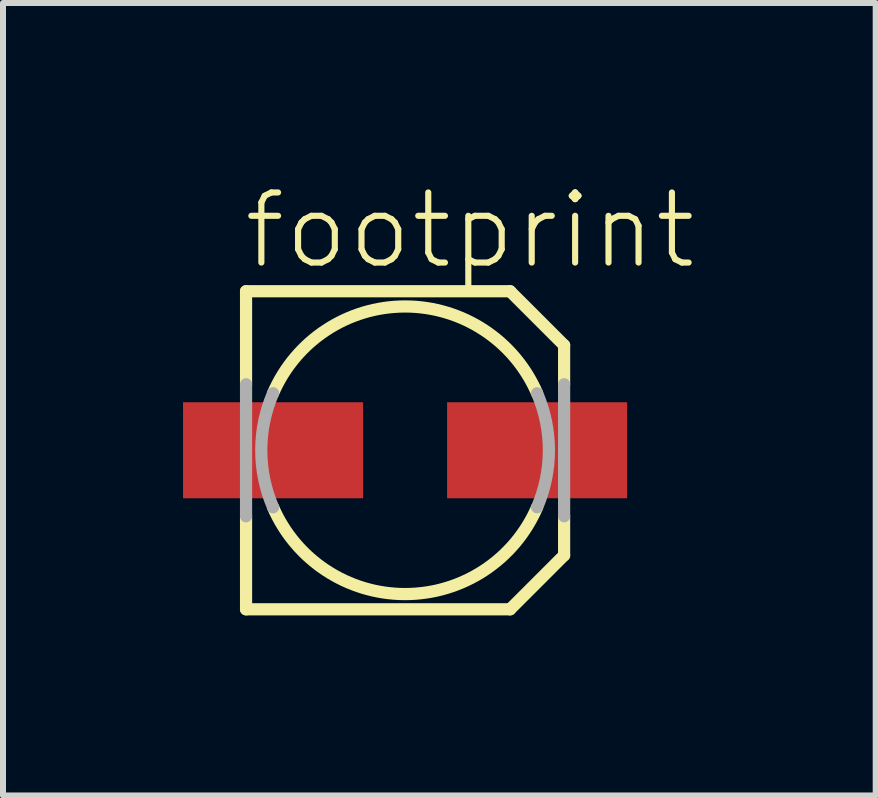
<source format=kicad_pcb>
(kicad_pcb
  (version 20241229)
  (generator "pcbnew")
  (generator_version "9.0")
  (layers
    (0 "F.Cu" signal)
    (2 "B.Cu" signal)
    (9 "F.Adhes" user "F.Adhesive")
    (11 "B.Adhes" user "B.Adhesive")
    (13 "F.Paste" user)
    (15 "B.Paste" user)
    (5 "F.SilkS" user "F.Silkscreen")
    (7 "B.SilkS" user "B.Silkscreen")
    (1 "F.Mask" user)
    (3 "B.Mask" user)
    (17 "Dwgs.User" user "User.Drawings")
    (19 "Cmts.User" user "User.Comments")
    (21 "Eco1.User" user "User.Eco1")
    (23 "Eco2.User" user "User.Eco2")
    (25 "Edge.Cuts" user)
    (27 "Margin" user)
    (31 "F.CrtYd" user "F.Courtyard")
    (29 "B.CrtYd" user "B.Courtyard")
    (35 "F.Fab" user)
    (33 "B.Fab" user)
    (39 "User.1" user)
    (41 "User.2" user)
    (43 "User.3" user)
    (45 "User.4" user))
  (footprint "footprint"
    (layer "F.Cu")
    (at 3.7 4.453)
    (property "Reference" "footprint" (at -2.74 -2.98 0) (layer "F.SilkS") (effects (font (size 1.168 1.168) (thickness 0.102)) (justify left bottom)))
    (fp_line (start -2.65 -2.65) (end 1.75 -2.65) (stroke (width 0.203) (type solid)) (layer "F.SilkS"))
    (fp_line (start -2.65 -1.1) (end -2.65 -2.65) (stroke (width 0.203) (type solid)) (layer "F.SilkS"))
    (fp_line (start -2.65 2.65) (end -2.65 1.1) (stroke (width 0.203) (type solid)) (layer "F.SilkS"))
    (fp_line (start 1.75 -2.65) (end 2.65 -1.75) (stroke (width 0.203) (type solid)) (layer "F.SilkS"))
    (fp_line (start 1.75 2.65) (end -2.65 2.65) (stroke (width 0.203) (type solid)) (layer "F.SilkS"))
    (fp_line (start 2.65 -1.75) (end 2.65 -1.1) (stroke (width 0.203) (type solid)) (layer "F.SilkS"))
    (fp_line (start 2.65 1.1) (end 2.65 1.75) (stroke (width 0.203) (type solid)) (layer "F.SilkS"))
    (fp_line (start 2.65 1.75) (end 1.75 2.65) (stroke (width 0.203) (type solid)) (layer "F.SilkS"))
    (fp_arc (start -2.2 -0.95) (mid 0 -2.396351) (end 2.2 -0.95) (stroke (width 0.2032) (type solid)) (layer "F.SilkS"))
    (fp_arc (start 2.2 0.95) (mid 0 2.396351) (end -2.2 0.95) (stroke (width 0.2032) (type solid)) (layer "F.SilkS"))
    (fp_line (start -2.65 1.1) (end -2.65 -1.1) (stroke (width 0.203) (type solid)) (layer "F.Fab"))
    (fp_line (start 2.65 -1.1) (end 2.65 1.1) (stroke (width 0.203) (type solid)) (layer "F.Fab"))
    (fp_arc (start -2.2 0.95) (mid -2.396351 0) (end -2.2 -0.95) (stroke (width 0.2032) (type solid)) (layer "F.Fab"))
    (fp_arc (start 2.2 -0.95) (mid 2.396351 0) (end 2.2 0.95) (stroke (width 0.2032) (type solid)) (layer "F.Fab"))
    (pad "+" smd rect (at 2.2 0) (size 3 1.6) (layers "F.Cu" "F.Mask" "F.Paste"))
    (pad "-" smd rect (at -2.2 0) (size 3 1.6) (layers "F.Cu" "F.Mask" "F.Paste")))
  (gr_rect
    (start -3 -3)
    (end 11.542 10.205)
    (stroke (width 0.1) (type default))
    (fill no)
    (layer "Edge.Cuts")))
</source>
